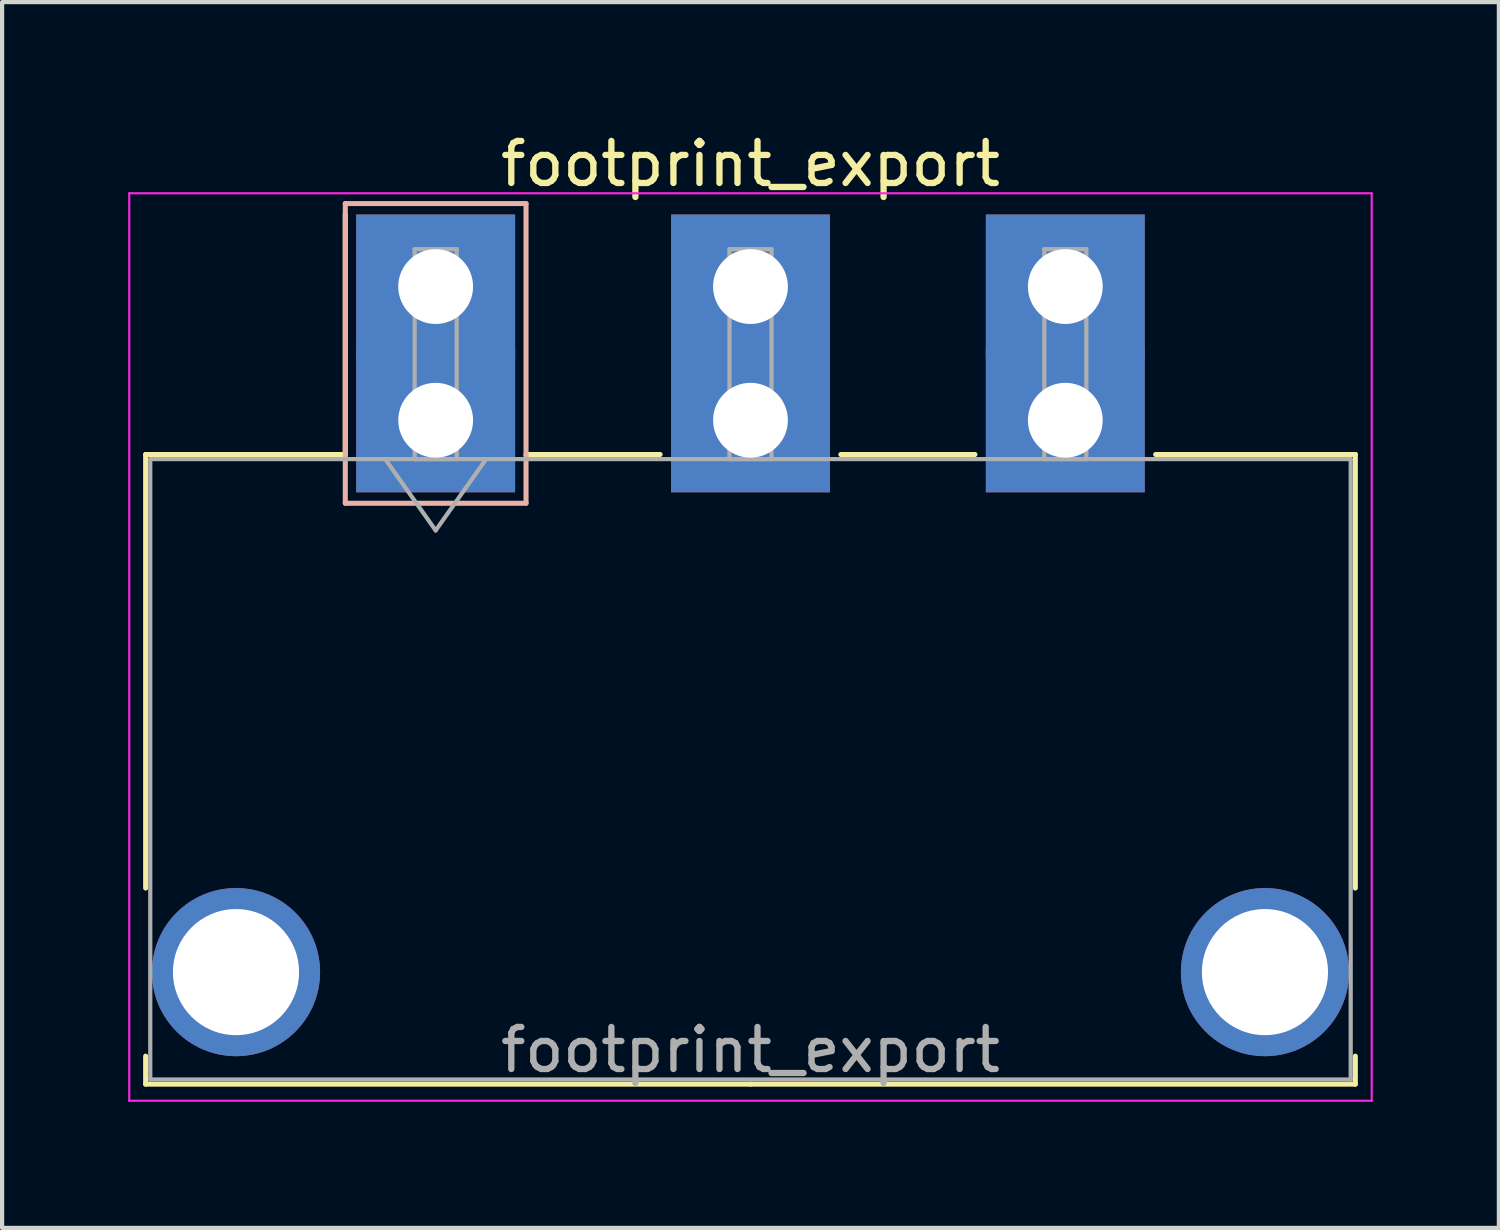
<source format=kicad_pcb>
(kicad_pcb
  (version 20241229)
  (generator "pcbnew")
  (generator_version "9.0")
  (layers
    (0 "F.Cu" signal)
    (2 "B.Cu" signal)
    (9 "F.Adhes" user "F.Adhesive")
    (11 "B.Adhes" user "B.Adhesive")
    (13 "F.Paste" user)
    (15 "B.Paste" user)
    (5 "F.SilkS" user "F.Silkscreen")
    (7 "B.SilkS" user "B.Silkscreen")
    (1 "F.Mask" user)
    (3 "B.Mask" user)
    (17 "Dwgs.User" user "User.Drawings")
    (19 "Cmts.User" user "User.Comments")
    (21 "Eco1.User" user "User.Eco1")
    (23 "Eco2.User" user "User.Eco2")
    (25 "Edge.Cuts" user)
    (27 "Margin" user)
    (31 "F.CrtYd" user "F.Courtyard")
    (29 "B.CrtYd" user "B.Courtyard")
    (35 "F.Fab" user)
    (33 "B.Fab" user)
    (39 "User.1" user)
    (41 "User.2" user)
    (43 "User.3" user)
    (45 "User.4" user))
  (footprint "footprint_export"
    (layer "F.Cu")
    (at 7.315 6.948)
    (property "Reference" "footprint_export" (at 7.49 -6.1 0) (layer "F.SilkS") (effects (font (size 1 1) (thickness 0.15))))
    (attr through_hole)
    (fp_line (start -6.9 0.815) (end -6.9 11.13) (stroke (width 0.12) (type solid)) (layer "F.SilkS"))
    (fp_line (start -6.9 15.13) (end -6.9 15.795) (stroke (width 0.12) (type solid)) (layer "F.SilkS"))
    (fp_line (start -6.9 15.795) (end 7.49 15.795) (stroke (width 0.12) (type solid)) (layer "F.SilkS"))
    (fp_line (start -2.15 0.815) (end -6.9 0.815) (stroke (width 0.12) (type solid)) (layer "F.SilkS"))
    (fp_line (start -2.15 0.815) (end -2.15 -4.895) (stroke (width 0.12) (type solid)) (layer "F.SilkS"))
    (fp_line (start 2.15 0.815) (end 5.34 0.815) (stroke (width 0.12) (type solid)) (layer "F.SilkS"))
    (fp_line (start 9.64 0.815) (end 12.83 0.815) (stroke (width 0.12) (type solid)) (layer "F.SilkS"))
    (fp_line (start 17.13 0.815) (end 21.88 0.815) (stroke (width 0.12) (type solid)) (layer "F.SilkS"))
    (fp_line (start 21.88 0.815) (end 21.88 11.13) (stroke (width 0.12) (type solid)) (layer "F.SilkS"))
    (fp_line (start 21.88 15.13) (end 21.88 15.795) (stroke (width 0.12) (type solid)) (layer "F.SilkS"))
    (fp_line (start 21.88 15.795) (end 7.49 15.795) (stroke (width 0.12) (type solid)) (layer "F.SilkS"))
    (fp_line (start -2.15 -5.155) (end -2.15 1.975) (stroke (width 0.12) (type solid)) (layer "B.SilkS"))
    (fp_line (start -2.15 1.975) (end 2.15 1.975) (stroke (width 0.12) (type solid)) (layer "B.SilkS"))
    (fp_line (start 2.15 -5.155) (end -2.15 -5.155) (stroke (width 0.12) (type solid)) (layer "B.SilkS"))
    (fp_line (start 2.15 1.975) (end 2.15 -5.155) (stroke (width 0.12) (type solid)) (layer "B.SilkS"))
    (fp_line (start -7.29 -5.4) (end -7.29 16.19) (stroke (width 0.05) (type solid)) (layer "F.CrtYd"))
    (fp_line (start -7.29 16.19) (end 22.27 16.19) (stroke (width 0.05) (type solid)) (layer "F.CrtYd"))
    (fp_line (start 22.27 -5.4) (end -7.29 -5.4) (stroke (width 0.05) (type solid)) (layer "F.CrtYd"))
    (fp_line (start 22.27 16.19) (end 22.27 -5.4) (stroke (width 0.05) (type solid)) (layer "F.CrtYd"))
    (fp_line (start -6.79 0.925) (end -6.79 15.685) (stroke (width 0.1) (type solid)) (layer "F.Fab"))
    (fp_line (start -6.79 15.685) (end 21.77 15.685) (stroke (width 0.1) (type solid)) (layer "F.Fab"))
    (fp_line (start -1.2 0.925) (end 0 2.622) (stroke (width 0.1) (type solid)) (layer "F.Fab"))
    (fp_line (start -0.5 -4.07) (end 0.5 -4.07) (stroke (width 0.1) (type solid)) (layer "F.Fab"))
    (fp_line (start -0.5 0.925) (end -0.5 -4.07) (stroke (width 0.1) (type solid)) (layer "F.Fab"))
    (fp_line (start 0 2.622) (end 1.2 0.925) (stroke (width 0.1) (type solid)) (layer "F.Fab"))
    (fp_line (start 0.5 -4.07) (end 0.5 0.925) (stroke (width 0.1) (type solid)) (layer "F.Fab"))
    (fp_line (start 0.5 0.925) (end -0.5 0.925) (stroke (width 0.1) (type solid)) (layer "F.Fab"))
    (fp_line (start 6.99 -4.07) (end 7.99 -4.07) (stroke (width 0.1) (type solid)) (layer "F.Fab"))
    (fp_line (start 6.99 0.925) (end 6.99 -4.07) (stroke (width 0.1) (type solid)) (layer "F.Fab"))
    (fp_line (start 7.99 -4.07) (end 7.99 0.925) (stroke (width 0.1) (type solid)) (layer "F.Fab"))
    (fp_line (start 7.99 0.925) (end 6.99 0.925) (stroke (width 0.1) (type solid)) (layer "F.Fab"))
    (fp_line (start 14.48 -4.07) (end 15.48 -4.07) (stroke (width 0.1) (type solid)) (layer "F.Fab"))
    (fp_line (start 14.48 0.925) (end 14.48 -4.07) (stroke (width 0.1) (type solid)) (layer "F.Fab"))
    (fp_line (start 15.48 -4.07) (end 15.48 0.925) (stroke (width 0.1) (type solid)) (layer "F.Fab"))
    (fp_line (start 15.48 0.925) (end 14.48 0.925) (stroke (width 0.1) (type solid)) (layer "F.Fab"))
    (fp_line (start 21.77 0.925) (end -6.79 0.925) (stroke (width 0.1) (type solid)) (layer "F.Fab"))
    (fp_line (start 21.77 15.685) (end 21.77 0.925) (stroke (width 0.1) (type solid)) (layer "F.Fab"))
    (fp_text user "${REFERENCE}" (at 7.49 14.98 0) (layer "F.Fab") (effects (font (size 1 1) (thickness 0.15))))
    (pad "" thru_hole circle (at -4.75 13.13) (size 4 4) (drill 3) (layers "*.Cu" "*.Mask"))
    (pad "" thru_hole circle (at 19.73 13.13) (size 4 4) (drill 3) (layers "*.Cu" "*.Mask"))
    (pad "1" thru_hole rect (at 0 -3.18) (size 3.78 3.43) (drill 1.78) (layers "*.Cu" "*.Mask"))
    (pad "1" thru_hole rect (at 0 0) (size 3.78 3.43) (drill 1.78) (layers "*.Cu" "*.Mask"))
    (pad "2" thru_hole rect (at 7.49 -3.18) (size 3.78 3.43) (drill 1.78) (layers "*.Cu" "*.Mask"))
    (pad "2" thru_hole rect (at 7.49 0) (size 3.78 3.43) (drill 1.78) (layers "*.Cu" "*.Mask"))
    (pad "3" thru_hole rect (at 14.98 -3.18) (size 3.78 3.43) (drill 1.78) (layers "*.Cu" "*.Mask"))
    (pad "3" thru_hole rect (at 14.98 0) (size 3.78 3.43) (drill 1.78) (layers "*.Cu" "*.Mask")))
  (gr_rect
    (start -3 -3)
    (end 32.61 26.163)
    (stroke (width 0.1) (type default))
    (fill no)
    (layer "Edge.Cuts")))
</source>
